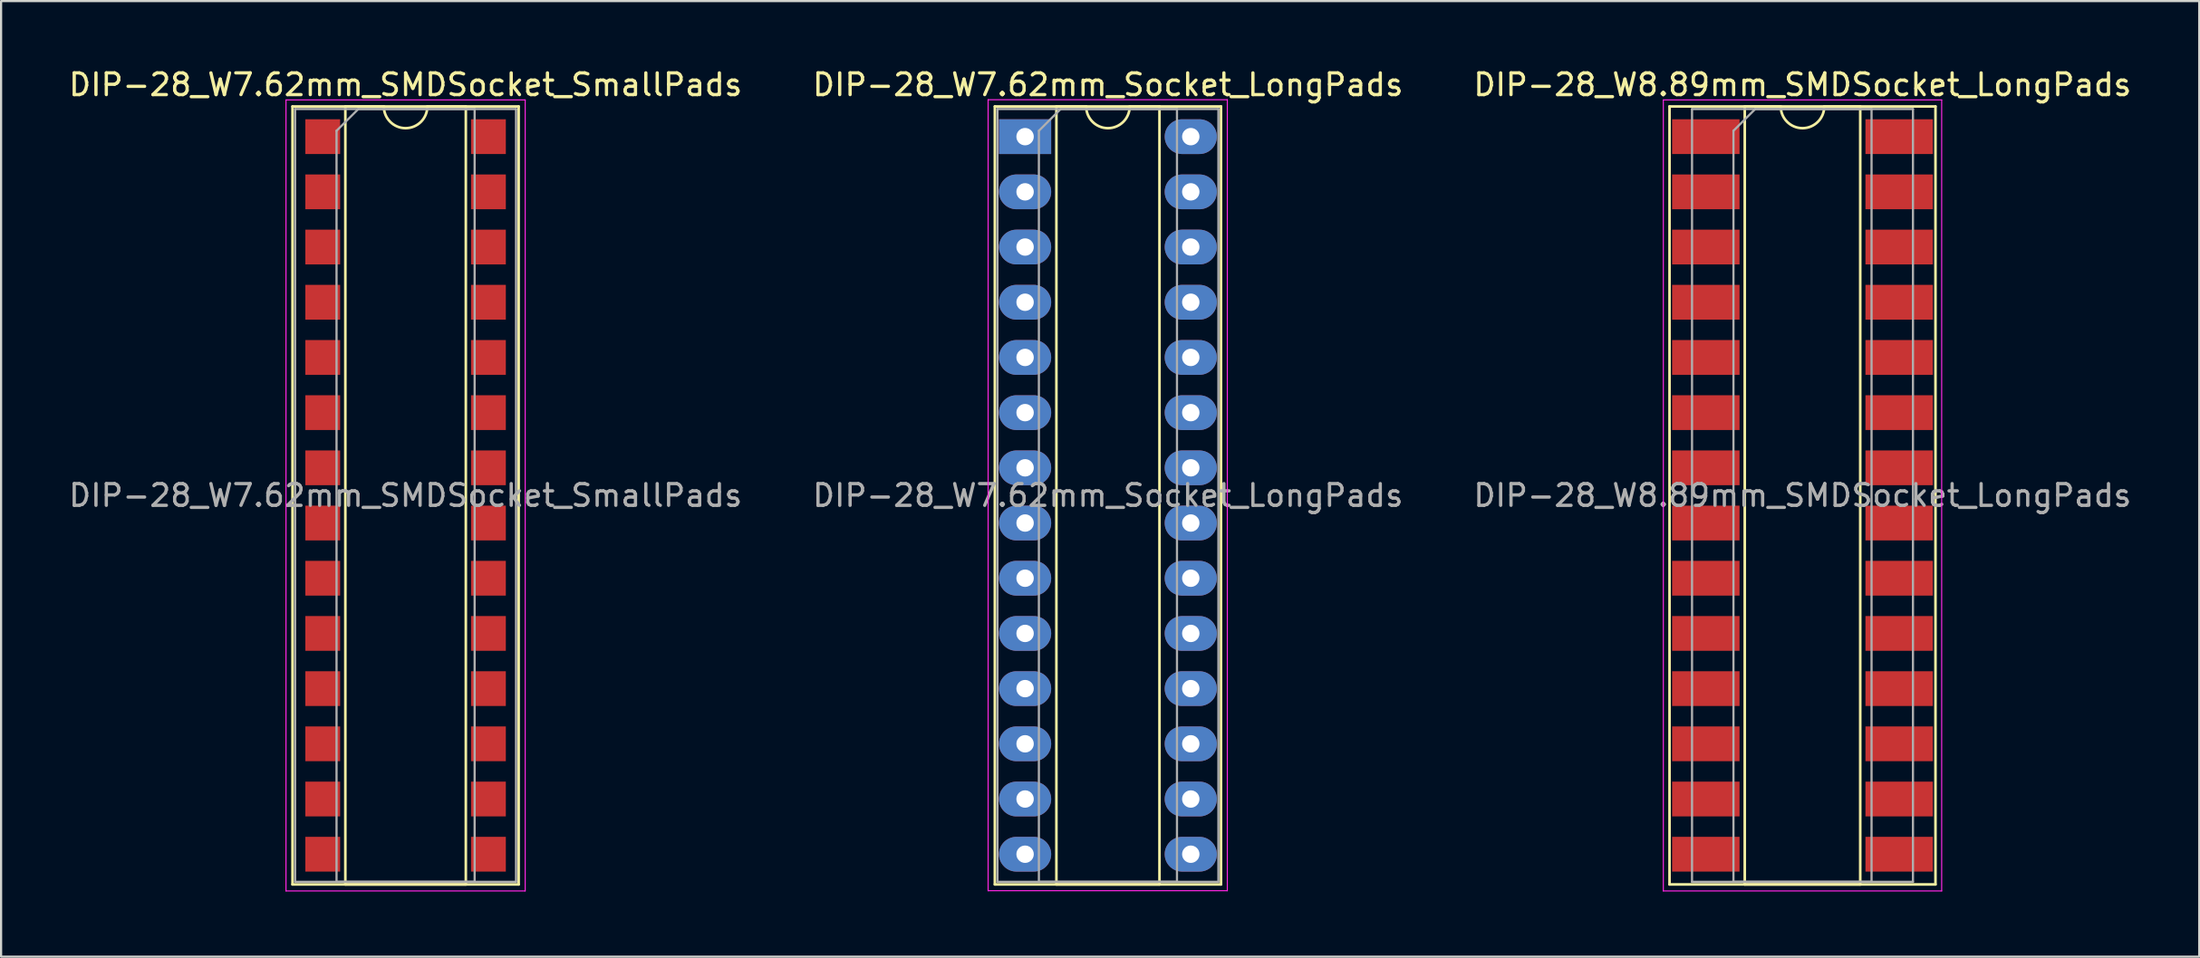
<source format=kicad_pcb>
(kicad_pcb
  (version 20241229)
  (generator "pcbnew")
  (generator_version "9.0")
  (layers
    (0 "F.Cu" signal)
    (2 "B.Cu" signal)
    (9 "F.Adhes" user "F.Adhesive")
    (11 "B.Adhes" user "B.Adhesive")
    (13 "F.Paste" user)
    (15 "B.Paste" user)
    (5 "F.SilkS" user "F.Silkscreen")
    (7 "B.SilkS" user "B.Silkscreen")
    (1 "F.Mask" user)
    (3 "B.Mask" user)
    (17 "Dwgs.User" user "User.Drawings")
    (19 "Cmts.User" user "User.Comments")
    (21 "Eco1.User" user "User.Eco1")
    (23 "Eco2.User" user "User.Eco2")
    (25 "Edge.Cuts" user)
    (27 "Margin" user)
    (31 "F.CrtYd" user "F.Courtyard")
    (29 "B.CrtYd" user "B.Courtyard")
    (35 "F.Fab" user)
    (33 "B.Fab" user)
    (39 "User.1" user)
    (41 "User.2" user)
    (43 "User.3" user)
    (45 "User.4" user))
  (footprint "DIP-28_W7.62mm_Socket_LongPads"
    (layer "F.Cu")
    (at 44.089 3.238)
    (property "Reference" "DIP-28_W7.62mm_Socket_LongPads" (at 3.81 -2.39 0) (layer "F.SilkS") (effects (font (size 1 1) (thickness 0.15))))
    (attr through_hole)
    (fp_line (start -1.39 -1.39) (end -1.39 34.41) (stroke (width 0.12) (type solid)) (layer "F.SilkS"))
    (fp_line (start -1.39 34.41) (end 9.01 34.41) (stroke (width 0.12) (type solid)) (layer "F.SilkS"))
    (fp_line (start 1.44 -1.39) (end 1.44 34.41) (stroke (width 0.12) (type solid)) (layer "F.SilkS"))
    (fp_line (start 1.44 34.41) (end 6.18 34.41) (stroke (width 0.12) (type solid)) (layer "F.SilkS"))
    (fp_line (start 2.81 -1.39) (end 1.44 -1.39) (stroke (width 0.12) (type solid)) (layer "F.SilkS"))
    (fp_line (start 6.18 -1.39) (end 4.81 -1.39) (stroke (width 0.12) (type solid)) (layer "F.SilkS"))
    (fp_line (start 6.18 34.41) (end 6.18 -1.39) (stroke (width 0.12) (type solid)) (layer "F.SilkS"))
    (fp_line (start 9.01 -1.39) (end -1.39 -1.39) (stroke (width 0.12) (type solid)) (layer "F.SilkS"))
    (fp_line (start 9.01 34.41) (end 9.01 -1.39) (stroke (width 0.12) (type solid)) (layer "F.SilkS"))
    (fp_arc (start 4.81 -1.39) (mid 3.81 -0.39) (end 2.81 -1.39) (stroke (width 0.12) (type solid)) (layer "F.SilkS"))
    (fp_line (start -1.7 -1.7) (end -1.7 34.7) (stroke (width 0.05) (type solid)) (layer "F.CrtYd"))
    (fp_line (start -1.7 34.7) (end 9.3 34.7) (stroke (width 0.05) (type solid)) (layer "F.CrtYd"))
    (fp_line (start 9.3 -1.7) (end -1.7 -1.7) (stroke (width 0.05) (type solid)) (layer "F.CrtYd"))
    (fp_line (start 9.3 34.7) (end 9.3 -1.7) (stroke (width 0.05) (type solid)) (layer "F.CrtYd"))
    (fp_line (start -1.27 -1.27) (end -1.27 34.29) (stroke (width 0.1) (type solid)) (layer "F.Fab"))
    (fp_line (start -1.27 34.29) (end 8.89 34.29) (stroke (width 0.1) (type solid)) (layer "F.Fab"))
    (fp_line (start 0.635 -0.27) (end 1.635 -1.27) (stroke (width 0.1) (type solid)) (layer "F.Fab"))
    (fp_line (start 0.635 34.29) (end 0.635 -0.27) (stroke (width 0.1) (type solid)) (layer "F.Fab"))
    (fp_line (start 1.635 -1.27) (end 6.985 -1.27) (stroke (width 0.1) (type solid)) (layer "F.Fab"))
    (fp_line (start 6.985 -1.27) (end 6.985 34.29) (stroke (width 0.1) (type solid)) (layer "F.Fab"))
    (fp_line (start 6.985 34.29) (end 0.635 34.29) (stroke (width 0.1) (type solid)) (layer "F.Fab"))
    (fp_line (start 8.89 -1.27) (end -1.27 -1.27) (stroke (width 0.1) (type solid)) (layer "F.Fab"))
    (fp_line (start 8.89 34.29) (end 8.89 -1.27) (stroke (width 0.1) (type solid)) (layer "F.Fab"))
    (fp_text user "${REFERENCE}" (at 3.81 16.51 0) (layer "F.Fab") (effects (font (size 1 1) (thickness 0.15))))
    (pad "1" thru_hole rect (at 0 0) (size 2.4 1.6) (drill 0.8) (layers "*.Cu" "*.Mask"))
    (pad "2" thru_hole oval (at 0 2.54) (size 2.4 1.6) (drill 0.8) (layers "*.Cu" "*.Mask"))
    (pad "3" thru_hole oval (at 0 5.08) (size 2.4 1.6) (drill 0.8) (layers "*.Cu" "*.Mask"))
    (pad "4" thru_hole oval (at 0 7.62) (size 2.4 1.6) (drill 0.8) (layers "*.Cu" "*.Mask"))
    (pad "5" thru_hole oval (at 0 10.16) (size 2.4 1.6) (drill 0.8) (layers "*.Cu" "*.Mask"))
    (pad "6" thru_hole oval (at 0 12.7) (size 2.4 1.6) (drill 0.8) (layers "*.Cu" "*.Mask"))
    (pad "7" thru_hole oval (at 0 15.24) (size 2.4 1.6) (drill 0.8) (layers "*.Cu" "*.Mask"))
    (pad "8" thru_hole oval (at 0 17.78) (size 2.4 1.6) (drill 0.8) (layers "*.Cu" "*.Mask"))
    (pad "9" thru_hole oval (at 0 20.32) (size 2.4 1.6) (drill 0.8) (layers "*.Cu" "*.Mask"))
    (pad "10" thru_hole oval (at 0 22.86) (size 2.4 1.6) (drill 0.8) (layers "*.Cu" "*.Mask"))
    (pad "11" thru_hole oval (at 0 25.4) (size 2.4 1.6) (drill 0.8) (layers "*.Cu" "*.Mask"))
    (pad "12" thru_hole oval (at 0 27.94) (size 2.4 1.6) (drill 0.8) (layers "*.Cu" "*.Mask"))
    (pad "13" thru_hole oval (at 0 30.48) (size 2.4 1.6) (drill 0.8) (layers "*.Cu" "*.Mask"))
    (pad "14" thru_hole oval (at 0 33.02) (size 2.4 1.6) (drill 0.8) (layers "*.Cu" "*.Mask"))
    (pad "15" thru_hole oval (at 7.62 33.02) (size 2.4 1.6) (drill 0.8) (layers "*.Cu" "*.Mask"))
    (pad "16" thru_hole oval (at 7.62 30.48) (size 2.4 1.6) (drill 0.8) (layers "*.Cu" "*.Mask"))
    (pad "17" thru_hole oval (at 7.62 27.94) (size 2.4 1.6) (drill 0.8) (layers "*.Cu" "*.Mask"))
    (pad "18" thru_hole oval (at 7.62 25.4) (size 2.4 1.6) (drill 0.8) (layers "*.Cu" "*.Mask"))
    (pad "19" thru_hole oval (at 7.62 22.86) (size 2.4 1.6) (drill 0.8) (layers "*.Cu" "*.Mask"))
    (pad "20" thru_hole oval (at 7.62 20.32) (size 2.4 1.6) (drill 0.8) (layers "*.Cu" "*.Mask"))
    (pad "21" thru_hole oval (at 7.62 17.78) (size 2.4 1.6) (drill 0.8) (layers "*.Cu" "*.Mask"))
    (pad "22" thru_hole oval (at 7.62 15.24) (size 2.4 1.6) (drill 0.8) (layers "*.Cu" "*.Mask"))
    (pad "23" thru_hole oval (at 7.62 12.7) (size 2.4 1.6) (drill 0.8) (layers "*.Cu" "*.Mask"))
    (pad "24" thru_hole oval (at 7.62 10.16) (size 2.4 1.6) (drill 0.8) (layers "*.Cu" "*.Mask"))
    (pad "25" thru_hole oval (at 7.62 7.62) (size 2.4 1.6) (drill 0.8) (layers "*.Cu" "*.Mask"))
    (pad "26" thru_hole oval (at 7.62 5.08) (size 2.4 1.6) (drill 0.8) (layers "*.Cu" "*.Mask"))
    (pad "27" thru_hole oval (at 7.62 2.54) (size 2.4 1.6) (drill 0.8) (layers "*.Cu" "*.Mask"))
    (pad "28" thru_hole oval (at 7.62 0) (size 2.4 1.6) (drill 0.8) (layers "*.Cu" "*.Mask")))
  (footprint "DIP-28_W8.89mm_SMDSocket_LongPads"
    (layer "F.Cu")
    (at 79.839 19.748)
    (property "Reference" "DIP-28_W8.89mm_SMDSocket_LongPads" (at 0 -18.9 0) (layer "F.SilkS") (effects (font (size 1 1) (thickness 0.15))))
    (attr smd)
    (fp_line (start -6.115 -17.9) (end -6.115 17.9) (stroke (width 0.12) (type solid)) (layer "F.SilkS"))
    (fp_line (start -6.115 17.9) (end 6.115 17.9) (stroke (width 0.12) (type solid)) (layer "F.SilkS"))
    (fp_line (start -2.655 -17.9) (end -2.655 17.9) (stroke (width 0.12) (type solid)) (layer "F.SilkS"))
    (fp_line (start -2.655 17.9) (end 2.655 17.9) (stroke (width 0.12) (type solid)) (layer "F.SilkS"))
    (fp_line (start -1 -17.9) (end -2.655 -17.9) (stroke (width 0.12) (type solid)) (layer "F.SilkS"))
    (fp_line (start 2.655 -17.9) (end 1 -17.9) (stroke (width 0.12) (type solid)) (layer "F.SilkS"))
    (fp_line (start 2.655 17.9) (end 2.655 -17.9) (stroke (width 0.12) (type solid)) (layer "F.SilkS"))
    (fp_line (start 6.115 -17.9) (end -6.115 -17.9) (stroke (width 0.12) (type solid)) (layer "F.SilkS"))
    (fp_line (start 6.115 17.9) (end 6.115 -17.9) (stroke (width 0.12) (type solid)) (layer "F.SilkS"))
    (fp_arc (start 1 -17.9) (mid 0 -16.9) (end -1 -17.9) (stroke (width 0.12) (type solid)) (layer "F.SilkS"))
    (fp_line (start -6.4 -18.2) (end -6.4 18.2) (stroke (width 0.05) (type solid)) (layer "F.CrtYd"))
    (fp_line (start -6.4 18.2) (end 6.4 18.2) (stroke (width 0.05) (type solid)) (layer "F.CrtYd"))
    (fp_line (start 6.4 -18.2) (end -6.4 -18.2) (stroke (width 0.05) (type solid)) (layer "F.CrtYd"))
    (fp_line (start 6.4 18.2) (end 6.4 -18.2) (stroke (width 0.05) (type solid)) (layer "F.CrtYd"))
    (fp_line (start -5.08 -17.78) (end -5.08 17.78) (stroke (width 0.1) (type solid)) (layer "F.Fab"))
    (fp_line (start -5.08 17.78) (end 5.08 17.78) (stroke (width 0.1) (type solid)) (layer "F.Fab"))
    (fp_line (start -3.175 -16.78) (end -2.175 -17.78) (stroke (width 0.1) (type solid)) (layer "F.Fab"))
    (fp_line (start -3.175 17.78) (end -3.175 -16.78) (stroke (width 0.1) (type solid)) (layer "F.Fab"))
    (fp_line (start -2.175 -17.78) (end 3.175 -17.78) (stroke (width 0.1) (type solid)) (layer "F.Fab"))
    (fp_line (start 3.175 -17.78) (end 3.175 17.78) (stroke (width 0.1) (type solid)) (layer "F.Fab"))
    (fp_line (start 3.175 17.78) (end -3.175 17.78) (stroke (width 0.1) (type solid)) (layer "F.Fab"))
    (fp_line (start 5.08 -17.78) (end -5.08 -17.78) (stroke (width 0.1) (type solid)) (layer "F.Fab"))
    (fp_line (start 5.08 17.78) (end 5.08 -17.78) (stroke (width 0.1) (type solid)) (layer "F.Fab"))
    (fp_text user "${REFERENCE}" (at 0 0 0) (layer "F.Fab") (effects (font (size 1 1) (thickness 0.15))))
    (pad "1" smd rect (at -4.445 -16.51) (size 3.1 1.6) (layers "F.Cu" "F.Mask" "F.Paste"))
    (pad "2" smd rect (at -4.445 -13.97) (size 3.1 1.6) (layers "F.Cu" "F.Mask" "F.Paste"))
    (pad "3" smd rect (at -4.445 -11.43) (size 3.1 1.6) (layers "F.Cu" "F.Mask" "F.Paste"))
    (pad "4" smd rect (at -4.445 -8.89) (size 3.1 1.6) (layers "F.Cu" "F.Mask" "F.Paste"))
    (pad "5" smd rect (at -4.445 -6.35) (size 3.1 1.6) (layers "F.Cu" "F.Mask" "F.Paste"))
    (pad "6" smd rect (at -4.445 -3.81) (size 3.1 1.6) (layers "F.Cu" "F.Mask" "F.Paste"))
    (pad "7" smd rect (at -4.445 -1.27) (size 3.1 1.6) (layers "F.Cu" "F.Mask" "F.Paste"))
    (pad "8" smd rect (at -4.445 1.27) (size 3.1 1.6) (layers "F.Cu" "F.Mask" "F.Paste"))
    (pad "9" smd rect (at -4.445 3.81) (size 3.1 1.6) (layers "F.Cu" "F.Mask" "F.Paste"))
    (pad "10" smd rect (at -4.445 6.35) (size 3.1 1.6) (layers "F.Cu" "F.Mask" "F.Paste"))
    (pad "11" smd rect (at -4.445 8.89) (size 3.1 1.6) (layers "F.Cu" "F.Mask" "F.Paste"))
    (pad "12" smd rect (at -4.445 11.43) (size 3.1 1.6) (layers "F.Cu" "F.Mask" "F.Paste"))
    (pad "13" smd rect (at -4.445 13.97) (size 3.1 1.6) (layers "F.Cu" "F.Mask" "F.Paste"))
    (pad "14" smd rect (at -4.445 16.51) (size 3.1 1.6) (layers "F.Cu" "F.Mask" "F.Paste"))
    (pad "15" smd rect (at 4.445 16.51) (size 3.1 1.6) (layers "F.Cu" "F.Mask" "F.Paste"))
    (pad "16" smd rect (at 4.445 13.97) (size 3.1 1.6) (layers "F.Cu" "F.Mask" "F.Paste"))
    (pad "17" smd rect (at 4.445 11.43) (size 3.1 1.6) (layers "F.Cu" "F.Mask" "F.Paste"))
    (pad "18" smd rect (at 4.445 8.89) (size 3.1 1.6) (layers "F.Cu" "F.Mask" "F.Paste"))
    (pad "19" smd rect (at 4.445 6.35) (size 3.1 1.6) (layers "F.Cu" "F.Mask" "F.Paste"))
    (pad "20" smd rect (at 4.445 3.81) (size 3.1 1.6) (layers "F.Cu" "F.Mask" "F.Paste"))
    (pad "21" smd rect (at 4.445 1.27) (size 3.1 1.6) (layers "F.Cu" "F.Mask" "F.Paste"))
    (pad "22" smd rect (at 4.445 -1.27) (size 3.1 1.6) (layers "F.Cu" "F.Mask" "F.Paste"))
    (pad "23" smd rect (at 4.445 -3.81) (size 3.1 1.6) (layers "F.Cu" "F.Mask" "F.Paste"))
    (pad "24" smd rect (at 4.445 -6.35) (size 3.1 1.6) (layers "F.Cu" "F.Mask" "F.Paste"))
    (pad "25" smd rect (at 4.445 -8.89) (size 3.1 1.6) (layers "F.Cu" "F.Mask" "F.Paste"))
    (pad "26" smd rect (at 4.445 -11.43) (size 3.1 1.6) (layers "F.Cu" "F.Mask" "F.Paste"))
    (pad "27" smd rect (at 4.445 -13.97) (size 3.1 1.6) (layers "F.Cu" "F.Mask" "F.Paste"))
    (pad "28" smd rect (at 4.445 -16.51) (size 3.1 1.6) (layers "F.Cu" "F.Mask" "F.Paste")))
  (footprint "DIP-28_W7.62mm_SMDSocket_SmallPads"
    (layer "F.Cu")
    (at 15.601 19.748)
    (property "Reference" "DIP-28_W7.62mm_SMDSocket_SmallPads" (at 0 -18.9 0) (layer "F.SilkS") (effects (font (size 1 1) (thickness 0.15))))
    (attr smd)
    (fp_line (start -5.2 -17.9) (end -5.2 17.9) (stroke (width 0.12) (type solid)) (layer "F.SilkS"))
    (fp_line (start -5.2 17.9) (end 5.2 17.9) (stroke (width 0.12) (type solid)) (layer "F.SilkS"))
    (fp_line (start -2.77 -17.9) (end -2.77 17.9) (stroke (width 0.12) (type solid)) (layer "F.SilkS"))
    (fp_line (start -2.77 17.9) (end 2.77 17.9) (stroke (width 0.12) (type solid)) (layer "F.SilkS"))
    (fp_line (start -1 -17.9) (end -2.77 -17.9) (stroke (width 0.12) (type solid)) (layer "F.SilkS"))
    (fp_line (start 2.77 -17.9) (end 1 -17.9) (stroke (width 0.12) (type solid)) (layer "F.SilkS"))
    (fp_line (start 2.77 17.9) (end 2.77 -17.9) (stroke (width 0.12) (type solid)) (layer "F.SilkS"))
    (fp_line (start 5.2 -17.9) (end -5.2 -17.9) (stroke (width 0.12) (type solid)) (layer "F.SilkS"))
    (fp_line (start 5.2 17.9) (end 5.2 -17.9) (stroke (width 0.12) (type solid)) (layer "F.SilkS"))
    (fp_arc (start 1 -17.9) (mid 0 -16.9) (end -1 -17.9) (stroke (width 0.12) (type solid)) (layer "F.SilkS"))
    (fp_line (start -5.5 -18.2) (end -5.5 18.2) (stroke (width 0.05) (type solid)) (layer "F.CrtYd"))
    (fp_line (start -5.5 18.2) (end 5.5 18.2) (stroke (width 0.05) (type solid)) (layer "F.CrtYd"))
    (fp_line (start 5.5 -18.2) (end -5.5 -18.2) (stroke (width 0.05) (type solid)) (layer "F.CrtYd"))
    (fp_line (start 5.5 18.2) (end 5.5 -18.2) (stroke (width 0.05) (type solid)) (layer "F.CrtYd"))
    (fp_line (start -5.08 -17.78) (end -5.08 17.78) (stroke (width 0.1) (type solid)) (layer "F.Fab"))
    (fp_line (start -5.08 17.78) (end 5.08 17.78) (stroke (width 0.1) (type solid)) (layer "F.Fab"))
    (fp_line (start -3.175 -16.78) (end -2.175 -17.78) (stroke (width 0.1) (type solid)) (layer "F.Fab"))
    (fp_line (start -3.175 17.78) (end -3.175 -16.78) (stroke (width 0.1) (type solid)) (layer "F.Fab"))
    (fp_line (start -2.175 -17.78) (end 3.175 -17.78) (stroke (width 0.1) (type solid)) (layer "F.Fab"))
    (fp_line (start 3.175 -17.78) (end 3.175 17.78) (stroke (width 0.1) (type solid)) (layer "F.Fab"))
    (fp_line (start 3.175 17.78) (end -3.175 17.78) (stroke (width 0.1) (type solid)) (layer "F.Fab"))
    (fp_line (start 5.08 -17.78) (end -5.08 -17.78) (stroke (width 0.1) (type solid)) (layer "F.Fab"))
    (fp_line (start 5.08 17.78) (end 5.08 -17.78) (stroke (width 0.1) (type solid)) (layer "F.Fab"))
    (fp_text user "${REFERENCE}" (at 0 0 0) (layer "F.Fab") (effects (font (size 1 1) (thickness 0.15))))
    (pad "1" smd rect (at -3.81 -16.51) (size 1.6 1.6) (layers "F.Cu" "F.Mask" "F.Paste"))
    (pad "2" smd rect (at -3.81 -13.97) (size 1.6 1.6) (layers "F.Cu" "F.Mask" "F.Paste"))
    (pad "3" smd rect (at -3.81 -11.43) (size 1.6 1.6) (layers "F.Cu" "F.Mask" "F.Paste"))
    (pad "4" smd rect (at -3.81 -8.89) (size 1.6 1.6) (layers "F.Cu" "F.Mask" "F.Paste"))
    (pad "5" smd rect (at -3.81 -6.35) (size 1.6 1.6) (layers "F.Cu" "F.Mask" "F.Paste"))
    (pad "6" smd rect (at -3.81 -3.81) (size 1.6 1.6) (layers "F.Cu" "F.Mask" "F.Paste"))
    (pad "7" smd rect (at -3.81 -1.27) (size 1.6 1.6) (layers "F.Cu" "F.Mask" "F.Paste"))
    (pad "8" smd rect (at -3.81 1.27) (size 1.6 1.6) (layers "F.Cu" "F.Mask" "F.Paste"))
    (pad "9" smd rect (at -3.81 3.81) (size 1.6 1.6) (layers "F.Cu" "F.Mask" "F.Paste"))
    (pad "10" smd rect (at -3.81 6.35) (size 1.6 1.6) (layers "F.Cu" "F.Mask" "F.Paste"))
    (pad "11" smd rect (at -3.81 8.89) (size 1.6 1.6) (layers "F.Cu" "F.Mask" "F.Paste"))
    (pad "12" smd rect (at -3.81 11.43) (size 1.6 1.6) (layers "F.Cu" "F.Mask" "F.Paste"))
    (pad "13" smd rect (at -3.81 13.97) (size 1.6 1.6) (layers "F.Cu" "F.Mask" "F.Paste"))
    (pad "14" smd rect (at -3.81 16.51) (size 1.6 1.6) (layers "F.Cu" "F.Mask" "F.Paste"))
    (pad "15" smd rect (at 3.81 16.51) (size 1.6 1.6) (layers "F.Cu" "F.Mask" "F.Paste"))
    (pad "16" smd rect (at 3.81 13.97) (size 1.6 1.6) (layers "F.Cu" "F.Mask" "F.Paste"))
    (pad "17" smd rect (at 3.81 11.43) (size 1.6 1.6) (layers "F.Cu" "F.Mask" "F.Paste"))
    (pad "18" smd rect (at 3.81 8.89) (size 1.6 1.6) (layers "F.Cu" "F.Mask" "F.Paste"))
    (pad "19" smd rect (at 3.81 6.35) (size 1.6 1.6) (layers "F.Cu" "F.Mask" "F.Paste"))
    (pad "20" smd rect (at 3.81 3.81) (size 1.6 1.6) (layers "F.Cu" "F.Mask" "F.Paste"))
    (pad "21" smd rect (at 3.81 1.27) (size 1.6 1.6) (layers "F.Cu" "F.Mask" "F.Paste"))
    (pad "22" smd rect (at 3.81 -1.27) (size 1.6 1.6) (layers "F.Cu" "F.Mask" "F.Paste"))
    (pad "23" smd rect (at 3.81 -3.81) (size 1.6 1.6) (layers "F.Cu" "F.Mask" "F.Paste"))
    (pad "24" smd rect (at 3.81 -6.35) (size 1.6 1.6) (layers "F.Cu" "F.Mask" "F.Paste"))
    (pad "25" smd rect (at 3.81 -8.89) (size 1.6 1.6) (layers "F.Cu" "F.Mask" "F.Paste"))
    (pad "26" smd rect (at 3.81 -11.43) (size 1.6 1.6) (layers "F.Cu" "F.Mask" "F.Paste"))
    (pad "27" smd rect (at 3.81 -13.97) (size 1.6 1.6) (layers "F.Cu" "F.Mask" "F.Paste"))
    (pad "28" smd rect (at 3.81 -16.51) (size 1.6 1.6) (layers "F.Cu" "F.Mask" "F.Paste")))
  (gr_rect
    (start -3 -3)
    (end 98.083 40.973)
    (stroke (width 0.1) (type default))
    (fill no)
    (layer "Edge.Cuts")))
</source>
